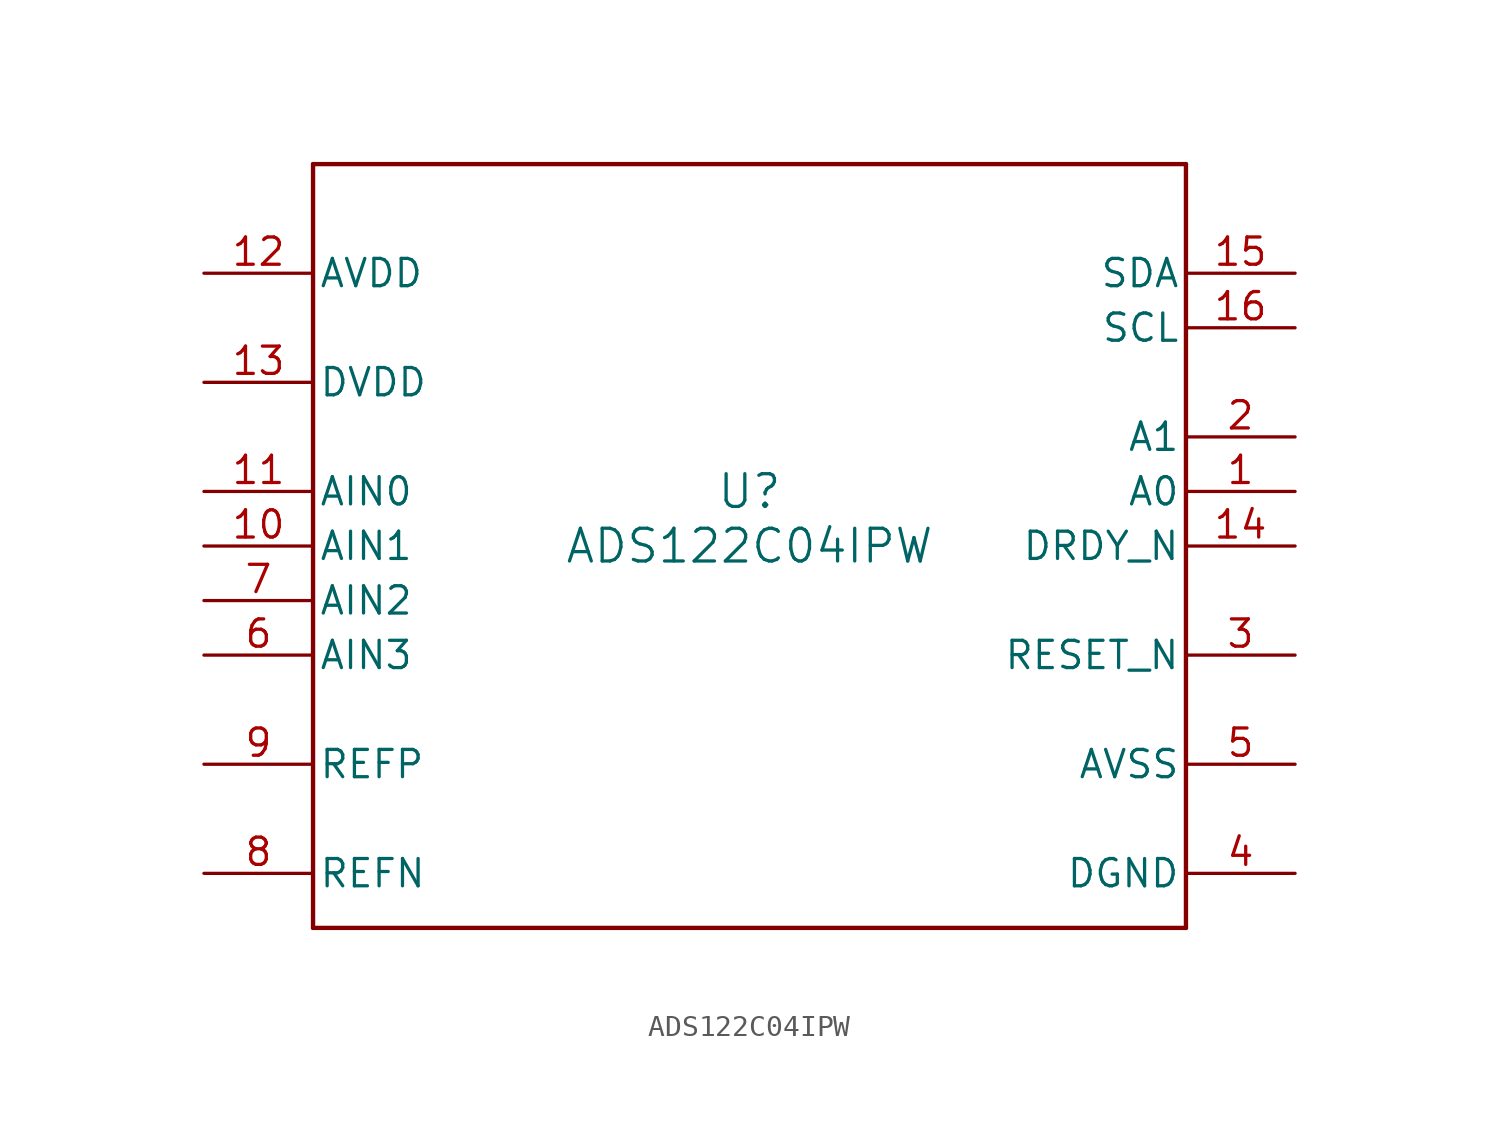
<source format=kicad_sym>
(kicad_symbol_lib
  (version 20211014)
  (generator kicad_symbol_editor)
  (symbol "ADS122C04IPW"
    (pin_names
      (offset 0.254))
    (property "Reference" "U"
      (at 0 2.54 0)
      (effects (font (size 1.524 1.524))))
    (property "Value" "ADS122C04IPW"
      (at 0 0 0)
      (effects (font (size 1.524 1.524))))
    (symbol "ADS122C04IPW_0_1"
      (polyline (pts (xy -20.32 -17.78) (xy 20.32 -17.78)) (stroke (width 0.203) (type default) (color 0 0 0 0)) (fill (type none)))
      (polyline (pts (xy 20.32 -17.78) (xy 20.32 17.78)) (stroke (width 0.203) (type default) (color 0 0 0 0)) (fill (type none)))
      (polyline (pts (xy 20.32 17.78) (xy -20.32 17.78)) (stroke (width 0.203) (type default) (color 0 0 0 0)) (fill (type none)))
      (polyline (pts (xy -20.32 17.78) (xy -20.32 -17.78)) (stroke (width 0.203) (type default) (color 0 0 0 0)) (fill (type none)))
      (pin input line (at 25.4 2.54 180) (length 5.08) (name "A0" (effects (font (size 1.27 1.27)))) (number "1" (effects (font (size 1.27 1.27)))))
      (pin input line (at 25.4 5.08 180) (length 5.08) (name "A1" (effects (font (size 1.27 1.27)))) (number "2" (effects (font (size 1.27 1.27)))))
      (pin input line (at 25.4 -5.08 180) (length 5.08) (name "RESET_N" (effects (font (size 1.27 1.27)))) (number "3" (effects (font (size 1.27 1.27)))))
      (pin power_in line (at 25.4 -15.24 180) (length 5.08) (name "DGND" (effects (font (size 1.27 1.27)))) (number "4" (effects (font (size 1.27 1.27)))))
      (pin power_in line (at 25.4 -10.16 180) (length 5.08) (name "AVSS" (effects (font (size 1.27 1.27)))) (number "5" (effects (font (size 1.27 1.27)))))
      (pin input line (at -25.4 -5.08 0) (length 5.08) (name "AIN3" (effects (font (size 1.27 1.27)))) (number "6" (effects (font (size 1.27 1.27)))))
      (pin input line (at -25.4 -2.54 0) (length 5.08) (name "AIN2" (effects (font (size 1.27 1.27)))) (number "7" (effects (font (size 1.27 1.27)))))
      (pin input line (at -25.4 -15.24 0) (length 5.08) (name "REFN" (effects (font (size 1.27 1.27)))) (number "8" (effects (font (size 1.27 1.27)))))
      (pin input line (at -25.4 -10.16 0) (length 5.08) (name "REFP" (effects (font (size 1.27 1.27)))) (number "9" (effects (font (size 1.27 1.27)))))
      (pin input line (at -25.4 0 0) (length 5.08) (name "AIN1" (effects (font (size 1.27 1.27)))) (number "10" (effects (font (size 1.27 1.27)))))
      (pin input line (at -25.4 2.54 0) (length 5.08) (name "AIN0" (effects (font (size 1.27 1.27)))) (number "11" (effects (font (size 1.27 1.27)))))
      (pin power_in line (at -25.4 12.7 0) (length 5.08) (name "AVDD" (effects (font (size 1.27 1.27)))) (number "12" (effects (font (size 1.27 1.27)))))
      (pin power_in line (at -25.4 7.62 0) (length 5.08) (name "DVDD" (effects (font (size 1.27 1.27)))) (number "13" (effects (font (size 1.27 1.27)))))
      (pin output line (at 25.4 0 180) (length 5.08) (name "DRDY_N" (effects (font (size 1.27 1.27)))) (number "14" (effects (font (size 1.27 1.27)))))
      (pin bidirectional line (at 25.4 12.7 180) (length 5.08) (name "SDA" (effects (font (size 1.27 1.27)))) (number "15" (effects (font (size 1.27 1.27)))))
      (pin input line (at 25.4 10.16 180) (length 5.08) (name "SCL" (effects (font (size 1.27 1.27)))) (number "16" (effects (font (size 1.27 1.27))))))))
</source>
